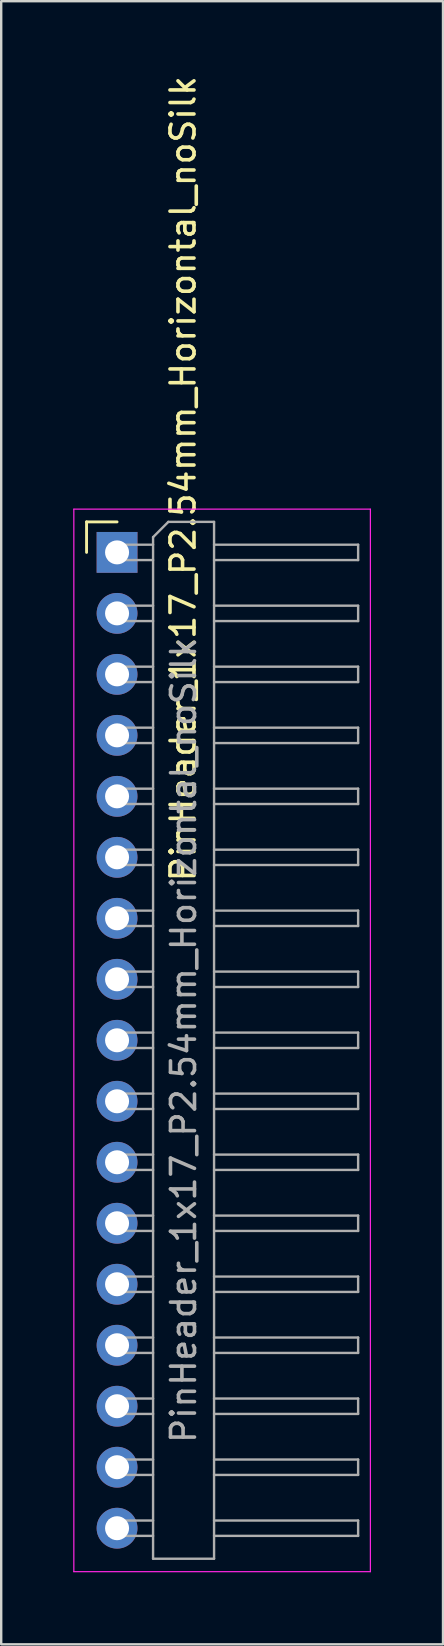
<source format=kicad_pcb>
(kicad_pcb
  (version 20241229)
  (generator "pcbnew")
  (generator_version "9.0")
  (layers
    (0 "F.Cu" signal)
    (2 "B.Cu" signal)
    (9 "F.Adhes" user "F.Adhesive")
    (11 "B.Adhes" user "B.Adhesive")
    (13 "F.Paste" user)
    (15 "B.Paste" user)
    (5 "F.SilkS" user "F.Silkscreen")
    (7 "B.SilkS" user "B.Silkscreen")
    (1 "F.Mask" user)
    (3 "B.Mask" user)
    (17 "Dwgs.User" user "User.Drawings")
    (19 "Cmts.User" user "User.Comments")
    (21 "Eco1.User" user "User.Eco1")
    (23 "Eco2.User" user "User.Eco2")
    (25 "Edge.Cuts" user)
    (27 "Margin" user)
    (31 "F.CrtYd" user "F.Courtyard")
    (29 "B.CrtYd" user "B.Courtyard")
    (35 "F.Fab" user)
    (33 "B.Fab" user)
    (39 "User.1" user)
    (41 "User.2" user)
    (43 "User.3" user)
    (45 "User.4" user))
  (footprint "PinHeader_1x17_P2.54mm_Horizontal_noSilk"
    (layer "F.Cu")
    (at 1.825 19.955)
    (property "Reference" "PinHeader_1x17_P2.54mm_Horizontal_noSilk" (at 2.749 -3.068 90) (layer "F.SilkS") (effects (font (size 1 1) (thickness 0.15))))
    (attr through_hole)
    (fp_line (start -1.27 -1.27) (end 0 -1.27) (stroke (width 0.12) (type solid)) (layer "F.SilkS"))
    (fp_line (start -1.27 0) (end -1.27 -1.27) (stroke (width 0.12) (type solid)) (layer "F.SilkS"))
    (fp_line (start -1.8 -1.8) (end -1.8 42.45) (stroke (width 0.05) (type solid)) (layer "F.CrtYd"))
    (fp_line (start -1.8 42.45) (end 10.55 42.45) (stroke (width 0.05) (type solid)) (layer "F.CrtYd"))
    (fp_line (start 10.55 -1.8) (end -1.8 -1.8) (stroke (width 0.05) (type solid)) (layer "F.CrtYd"))
    (fp_line (start 10.55 42.45) (end 10.55 -1.8) (stroke (width 0.05) (type solid)) (layer "F.CrtYd"))
    (fp_line (start -0.32 -0.32) (end -0.32 0.32) (stroke (width 0.1) (type solid)) (layer "F.Fab"))
    (fp_line (start -0.32 -0.32) (end 1.5 -0.32) (stroke (width 0.1) (type solid)) (layer "F.Fab"))
    (fp_line (start -0.32 0.32) (end 1.5 0.32) (stroke (width 0.1) (type solid)) (layer "F.Fab"))
    (fp_line (start -0.32 2.22) (end -0.32 2.86) (stroke (width 0.1) (type solid)) (layer "F.Fab"))
    (fp_line (start -0.32 2.22) (end 1.5 2.22) (stroke (width 0.1) (type solid)) (layer "F.Fab"))
    (fp_line (start -0.32 2.86) (end 1.5 2.86) (stroke (width 0.1) (type solid)) (layer "F.Fab"))
    (fp_line (start -0.32 4.76) (end -0.32 5.4) (stroke (width 0.1) (type solid)) (layer "F.Fab"))
    (fp_line (start -0.32 4.76) (end 1.5 4.76) (stroke (width 0.1) (type solid)) (layer "F.Fab"))
    (fp_line (start -0.32 5.4) (end 1.5 5.4) (stroke (width 0.1) (type solid)) (layer "F.Fab"))
    (fp_line (start -0.32 7.3) (end -0.32 7.94) (stroke (width 0.1) (type solid)) (layer "F.Fab"))
    (fp_line (start -0.32 7.3) (end 1.5 7.3) (stroke (width 0.1) (type solid)) (layer "F.Fab"))
    (fp_line (start -0.32 7.94) (end 1.5 7.94) (stroke (width 0.1) (type solid)) (layer "F.Fab"))
    (fp_line (start -0.32 9.84) (end -0.32 10.48) (stroke (width 0.1) (type solid)) (layer "F.Fab"))
    (fp_line (start -0.32 9.84) (end 1.5 9.84) (stroke (width 0.1) (type solid)) (layer "F.Fab"))
    (fp_line (start -0.32 10.48) (end 1.5 10.48) (stroke (width 0.1) (type solid)) (layer "F.Fab"))
    (fp_line (start -0.32 12.38) (end -0.32 13.02) (stroke (width 0.1) (type solid)) (layer "F.Fab"))
    (fp_line (start -0.32 12.38) (end 1.5 12.38) (stroke (width 0.1) (type solid)) (layer "F.Fab"))
    (fp_line (start -0.32 13.02) (end 1.5 13.02) (stroke (width 0.1) (type solid)) (layer "F.Fab"))
    (fp_line (start -0.32 14.92) (end -0.32 15.56) (stroke (width 0.1) (type solid)) (layer "F.Fab"))
    (fp_line (start -0.32 14.92) (end 1.5 14.92) (stroke (width 0.1) (type solid)) (layer "F.Fab"))
    (fp_line (start -0.32 15.56) (end 1.5 15.56) (stroke (width 0.1) (type solid)) (layer "F.Fab"))
    (fp_line (start -0.32 17.46) (end -0.32 18.1) (stroke (width 0.1) (type solid)) (layer "F.Fab"))
    (fp_line (start -0.32 17.46) (end 1.5 17.46) (stroke (width 0.1) (type solid)) (layer "F.Fab"))
    (fp_line (start -0.32 18.1) (end 1.5 18.1) (stroke (width 0.1) (type solid)) (layer "F.Fab"))
    (fp_line (start -0.32 20) (end -0.32 20.64) (stroke (width 0.1) (type solid)) (layer "F.Fab"))
    (fp_line (start -0.32 20) (end 1.5 20) (stroke (width 0.1) (type solid)) (layer "F.Fab"))
    (fp_line (start -0.32 20.64) (end 1.5 20.64) (stroke (width 0.1) (type solid)) (layer "F.Fab"))
    (fp_line (start -0.32 22.54) (end -0.32 23.18) (stroke (width 0.1) (type solid)) (layer "F.Fab"))
    (fp_line (start -0.32 22.54) (end 1.5 22.54) (stroke (width 0.1) (type solid)) (layer "F.Fab"))
    (fp_line (start -0.32 23.18) (end 1.5 23.18) (stroke (width 0.1) (type solid)) (layer "F.Fab"))
    (fp_line (start -0.32 25.08) (end -0.32 25.72) (stroke (width 0.1) (type solid)) (layer "F.Fab"))
    (fp_line (start -0.32 25.08) (end 1.5 25.08) (stroke (width 0.1) (type solid)) (layer "F.Fab"))
    (fp_line (start -0.32 25.72) (end 1.5 25.72) (stroke (width 0.1) (type solid)) (layer "F.Fab"))
    (fp_line (start -0.32 27.62) (end -0.32 28.26) (stroke (width 0.1) (type solid)) (layer "F.Fab"))
    (fp_line (start -0.32 27.62) (end 1.5 27.62) (stroke (width 0.1) (type solid)) (layer "F.Fab"))
    (fp_line (start -0.32 28.26) (end 1.5 28.26) (stroke (width 0.1) (type solid)) (layer "F.Fab"))
    (fp_line (start -0.32 30.16) (end -0.32 30.8) (stroke (width 0.1) (type solid)) (layer "F.Fab"))
    (fp_line (start -0.32 30.16) (end 1.5 30.16) (stroke (width 0.1) (type solid)) (layer "F.Fab"))
    (fp_line (start -0.32 30.8) (end 1.5 30.8) (stroke (width 0.1) (type solid)) (layer "F.Fab"))
    (fp_line (start -0.32 32.7) (end -0.32 33.34) (stroke (width 0.1) (type solid)) (layer "F.Fab"))
    (fp_line (start -0.32 32.7) (end 1.5 32.7) (stroke (width 0.1) (type solid)) (layer "F.Fab"))
    (fp_line (start -0.32 33.34) (end 1.5 33.34) (stroke (width 0.1) (type solid)) (layer "F.Fab"))
    (fp_line (start -0.32 35.24) (end -0.32 35.88) (stroke (width 0.1) (type solid)) (layer "F.Fab"))
    (fp_line (start -0.32 35.24) (end 1.5 35.24) (stroke (width 0.1) (type solid)) (layer "F.Fab"))
    (fp_line (start -0.32 35.88) (end 1.5 35.88) (stroke (width 0.1) (type solid)) (layer "F.Fab"))
    (fp_line (start -0.32 37.78) (end -0.32 38.42) (stroke (width 0.1) (type solid)) (layer "F.Fab"))
    (fp_line (start -0.32 37.78) (end 1.5 37.78) (stroke (width 0.1) (type solid)) (layer "F.Fab"))
    (fp_line (start -0.32 38.42) (end 1.5 38.42) (stroke (width 0.1) (type solid)) (layer "F.Fab"))
    (fp_line (start -0.32 40.32) (end -0.32 40.96) (stroke (width 0.1) (type solid)) (layer "F.Fab"))
    (fp_line (start -0.32 40.32) (end 1.5 40.32) (stroke (width 0.1) (type solid)) (layer "F.Fab"))
    (fp_line (start -0.32 40.96) (end 1.5 40.96) (stroke (width 0.1) (type solid)) (layer "F.Fab"))
    (fp_line (start 1.5 -0.635) (end 2.135 -1.27) (stroke (width 0.1) (type solid)) (layer "F.Fab"))
    (fp_line (start 1.5 41.91) (end 1.5 -0.635) (stroke (width 0.1) (type solid)) (layer "F.Fab"))
    (fp_line (start 2.135 -1.27) (end 4.04 -1.27) (stroke (width 0.1) (type solid)) (layer "F.Fab"))
    (fp_line (start 4.04 -1.27) (end 4.04 41.91) (stroke (width 0.1) (type solid)) (layer "F.Fab"))
    (fp_line (start 4.04 -0.32) (end 10.04 -0.32) (stroke (width 0.1) (type solid)) (layer "F.Fab"))
    (fp_line (start 4.04 0.32) (end 10.04 0.32) (stroke (width 0.1) (type solid)) (layer "F.Fab"))
    (fp_line (start 4.04 2.22) (end 10.04 2.22) (stroke (width 0.1) (type solid)) (layer "F.Fab"))
    (fp_line (start 4.04 2.86) (end 10.04 2.86) (stroke (width 0.1) (type solid)) (layer "F.Fab"))
    (fp_line (start 4.04 4.76) (end 10.04 4.76) (stroke (width 0.1) (type solid)) (layer "F.Fab"))
    (fp_line (start 4.04 5.4) (end 10.04 5.4) (stroke (width 0.1) (type solid)) (layer "F.Fab"))
    (fp_line (start 4.04 7.3) (end 10.04 7.3) (stroke (width 0.1) (type solid)) (layer "F.Fab"))
    (fp_line (start 4.04 7.94) (end 10.04 7.94) (stroke (width 0.1) (type solid)) (layer "F.Fab"))
    (fp_line (start 4.04 9.84) (end 10.04 9.84) (stroke (width 0.1) (type solid)) (layer "F.Fab"))
    (fp_line (start 4.04 10.48) (end 10.04 10.48) (stroke (width 0.1) (type solid)) (layer "F.Fab"))
    (fp_line (start 4.04 12.38) (end 10.04 12.38) (stroke (width 0.1) (type solid)) (layer "F.Fab"))
    (fp_line (start 4.04 13.02) (end 10.04 13.02) (stroke (width 0.1) (type solid)) (layer "F.Fab"))
    (fp_line (start 4.04 14.92) (end 10.04 14.92) (stroke (width 0.1) (type solid)) (layer "F.Fab"))
    (fp_line (start 4.04 15.56) (end 10.04 15.56) (stroke (width 0.1) (type solid)) (layer "F.Fab"))
    (fp_line (start 4.04 17.46) (end 10.04 17.46) (stroke (width 0.1) (type solid)) (layer "F.Fab"))
    (fp_line (start 4.04 18.1) (end 10.04 18.1) (stroke (width 0.1) (type solid)) (layer "F.Fab"))
    (fp_line (start 4.04 20) (end 10.04 20) (stroke (width 0.1) (type solid)) (layer "F.Fab"))
    (fp_line (start 4.04 20.64) (end 10.04 20.64) (stroke (width 0.1) (type solid)) (layer "F.Fab"))
    (fp_line (start 4.04 22.54) (end 10.04 22.54) (stroke (width 0.1) (type solid)) (layer "F.Fab"))
    (fp_line (start 4.04 23.18) (end 10.04 23.18) (stroke (width 0.1) (type solid)) (layer "F.Fab"))
    (fp_line (start 4.04 25.08) (end 10.04 25.08) (stroke (width 0.1) (type solid)) (layer "F.Fab"))
    (fp_line (start 4.04 25.72) (end 10.04 25.72) (stroke (width 0.1) (type solid)) (layer "F.Fab"))
    (fp_line (start 4.04 27.62) (end 10.04 27.62) (stroke (width 0.1) (type solid)) (layer "F.Fab"))
    (fp_line (start 4.04 28.26) (end 10.04 28.26) (stroke (width 0.1) (type solid)) (layer "F.Fab"))
    (fp_line (start 4.04 30.16) (end 10.04 30.16) (stroke (width 0.1) (type solid)) (layer "F.Fab"))
    (fp_line (start 4.04 30.8) (end 10.04 30.8) (stroke (width 0.1) (type solid)) (layer "F.Fab"))
    (fp_line (start 4.04 32.7) (end 10.04 32.7) (stroke (width 0.1) (type solid)) (layer "F.Fab"))
    (fp_line (start 4.04 33.34) (end 10.04 33.34) (stroke (width 0.1) (type solid)) (layer "F.Fab"))
    (fp_line (start 4.04 35.24) (end 10.04 35.24) (stroke (width 0.1) (type solid)) (layer "F.Fab"))
    (fp_line (start 4.04 35.88) (end 10.04 35.88) (stroke (width 0.1) (type solid)) (layer "F.Fab"))
    (fp_line (start 4.04 37.78) (end 10.04 37.78) (stroke (width 0.1) (type solid)) (layer "F.Fab"))
    (fp_line (start 4.04 38.42) (end 10.04 38.42) (stroke (width 0.1) (type solid)) (layer "F.Fab"))
    (fp_line (start 4.04 40.32) (end 10.04 40.32) (stroke (width 0.1) (type solid)) (layer "F.Fab"))
    (fp_line (start 4.04 40.96) (end 10.04 40.96) (stroke (width 0.1) (type solid)) (layer "F.Fab"))
    (fp_line (start 4.04 41.91) (end 1.5 41.91) (stroke (width 0.1) (type solid)) (layer "F.Fab"))
    (fp_line (start 10.04 -0.32) (end 10.04 0.32) (stroke (width 0.1) (type solid)) (layer "F.Fab"))
    (fp_line (start 10.04 2.22) (end 10.04 2.86) (stroke (width 0.1) (type solid)) (layer "F.Fab"))
    (fp_line (start 10.04 4.76) (end 10.04 5.4) (stroke (width 0.1) (type solid)) (layer "F.Fab"))
    (fp_line (start 10.04 7.3) (end 10.04 7.94) (stroke (width 0.1) (type solid)) (layer "F.Fab"))
    (fp_line (start 10.04 9.84) (end 10.04 10.48) (stroke (width 0.1) (type solid)) (layer "F.Fab"))
    (fp_line (start 10.04 12.38) (end 10.04 13.02) (stroke (width 0.1) (type solid)) (layer "F.Fab"))
    (fp_line (start 10.04 14.92) (end 10.04 15.56) (stroke (width 0.1) (type solid)) (layer "F.Fab"))
    (fp_line (start 10.04 17.46) (end 10.04 18.1) (stroke (width 0.1) (type solid)) (layer "F.Fab"))
    (fp_line (start 10.04 20) (end 10.04 20.64) (stroke (width 0.1) (type solid)) (layer "F.Fab"))
    (fp_line (start 10.04 22.54) (end 10.04 23.18) (stroke (width 0.1) (type solid)) (layer "F.Fab"))
    (fp_line (start 10.04 25.08) (end 10.04 25.72) (stroke (width 0.1) (type solid)) (layer "F.Fab"))
    (fp_line (start 10.04 27.62) (end 10.04 28.26) (stroke (width 0.1) (type solid)) (layer "F.Fab"))
    (fp_line (start 10.04 30.16) (end 10.04 30.8) (stroke (width 0.1) (type solid)) (layer "F.Fab"))
    (fp_line (start 10.04 32.7) (end 10.04 33.34) (stroke (width 0.1) (type solid)) (layer "F.Fab"))
    (fp_line (start 10.04 35.24) (end 10.04 35.88) (stroke (width 0.1) (type solid)) (layer "F.Fab"))
    (fp_line (start 10.04 37.78) (end 10.04 38.42) (stroke (width 0.1) (type solid)) (layer "F.Fab"))
    (fp_line (start 10.04 40.32) (end 10.04 40.96) (stroke (width 0.1) (type solid)) (layer "F.Fab"))
    (fp_text user "${REFERENCE}" (at 2.77 20.32 270) (layer "F.Fab") (effects (font (size 1 1) (thickness 0.15))))
    (pad "1" thru_hole rect (at 0 0) (size 1.7 1.7) (drill 1) (layers "*.Cu" "*.Mask"))
    (pad "2" thru_hole oval (at 0 2.54) (size 1.7 1.7) (drill 1) (layers "*.Cu" "*.Mask"))
    (pad "3" thru_hole oval (at 0 5.08) (size 1.7 1.7) (drill 1) (layers "*.Cu" "*.Mask"))
    (pad "4" thru_hole oval (at 0 7.62) (size 1.7 1.7) (drill 1) (layers "*.Cu" "*.Mask"))
    (pad "5" thru_hole oval (at 0 10.16) (size 1.7 1.7) (drill 1) (layers "*.Cu" "*.Mask"))
    (pad "6" thru_hole oval (at 0 12.7) (size 1.7 1.7) (drill 1) (layers "*.Cu" "*.Mask"))
    (pad "7" thru_hole oval (at 0 15.24) (size 1.7 1.7) (drill 1) (layers "*.Cu" "*.Mask"))
    (pad "8" thru_hole oval (at 0 17.78) (size 1.7 1.7) (drill 1) (layers "*.Cu" "*.Mask"))
    (pad "9" thru_hole oval (at 0 20.32) (size 1.7 1.7) (drill 1) (layers "*.Cu" "*.Mask"))
    (pad "10" thru_hole oval (at 0 22.86) (size 1.7 1.7) (drill 1) (layers "*.Cu" "*.Mask"))
    (pad "11" thru_hole oval (at 0 25.4) (size 1.7 1.7) (drill 1) (layers "*.Cu" "*.Mask"))
    (pad "12" thru_hole oval (at 0 27.94) (size 1.7 1.7) (drill 1) (layers "*.Cu" "*.Mask"))
    (pad "13" thru_hole oval (at 0 30.48) (size 1.7 1.7) (drill 1) (layers "*.Cu" "*.Mask"))
    (pad "14" thru_hole oval (at 0 33.02) (size 1.7 1.7) (drill 1) (layers "*.Cu" "*.Mask"))
    (pad "15" thru_hole oval (at 0 35.56) (size 1.7 1.7) (drill 1) (layers "*.Cu" "*.Mask"))
    (pad "16" thru_hole oval (at 0 38.1) (size 1.7 1.7) (drill 1) (layers "*.Cu" "*.Mask"))
    (pad "17" thru_hole oval (at 0 40.64) (size 1.7 1.7) (drill 1) (layers "*.Cu" "*.Mask")))
  (gr_rect
    (start -3 -3)
    (end 15.4 65.43)
    (stroke (width 0.1) (type default))
    (fill no)
    (layer "Edge.Cuts")))
</source>
